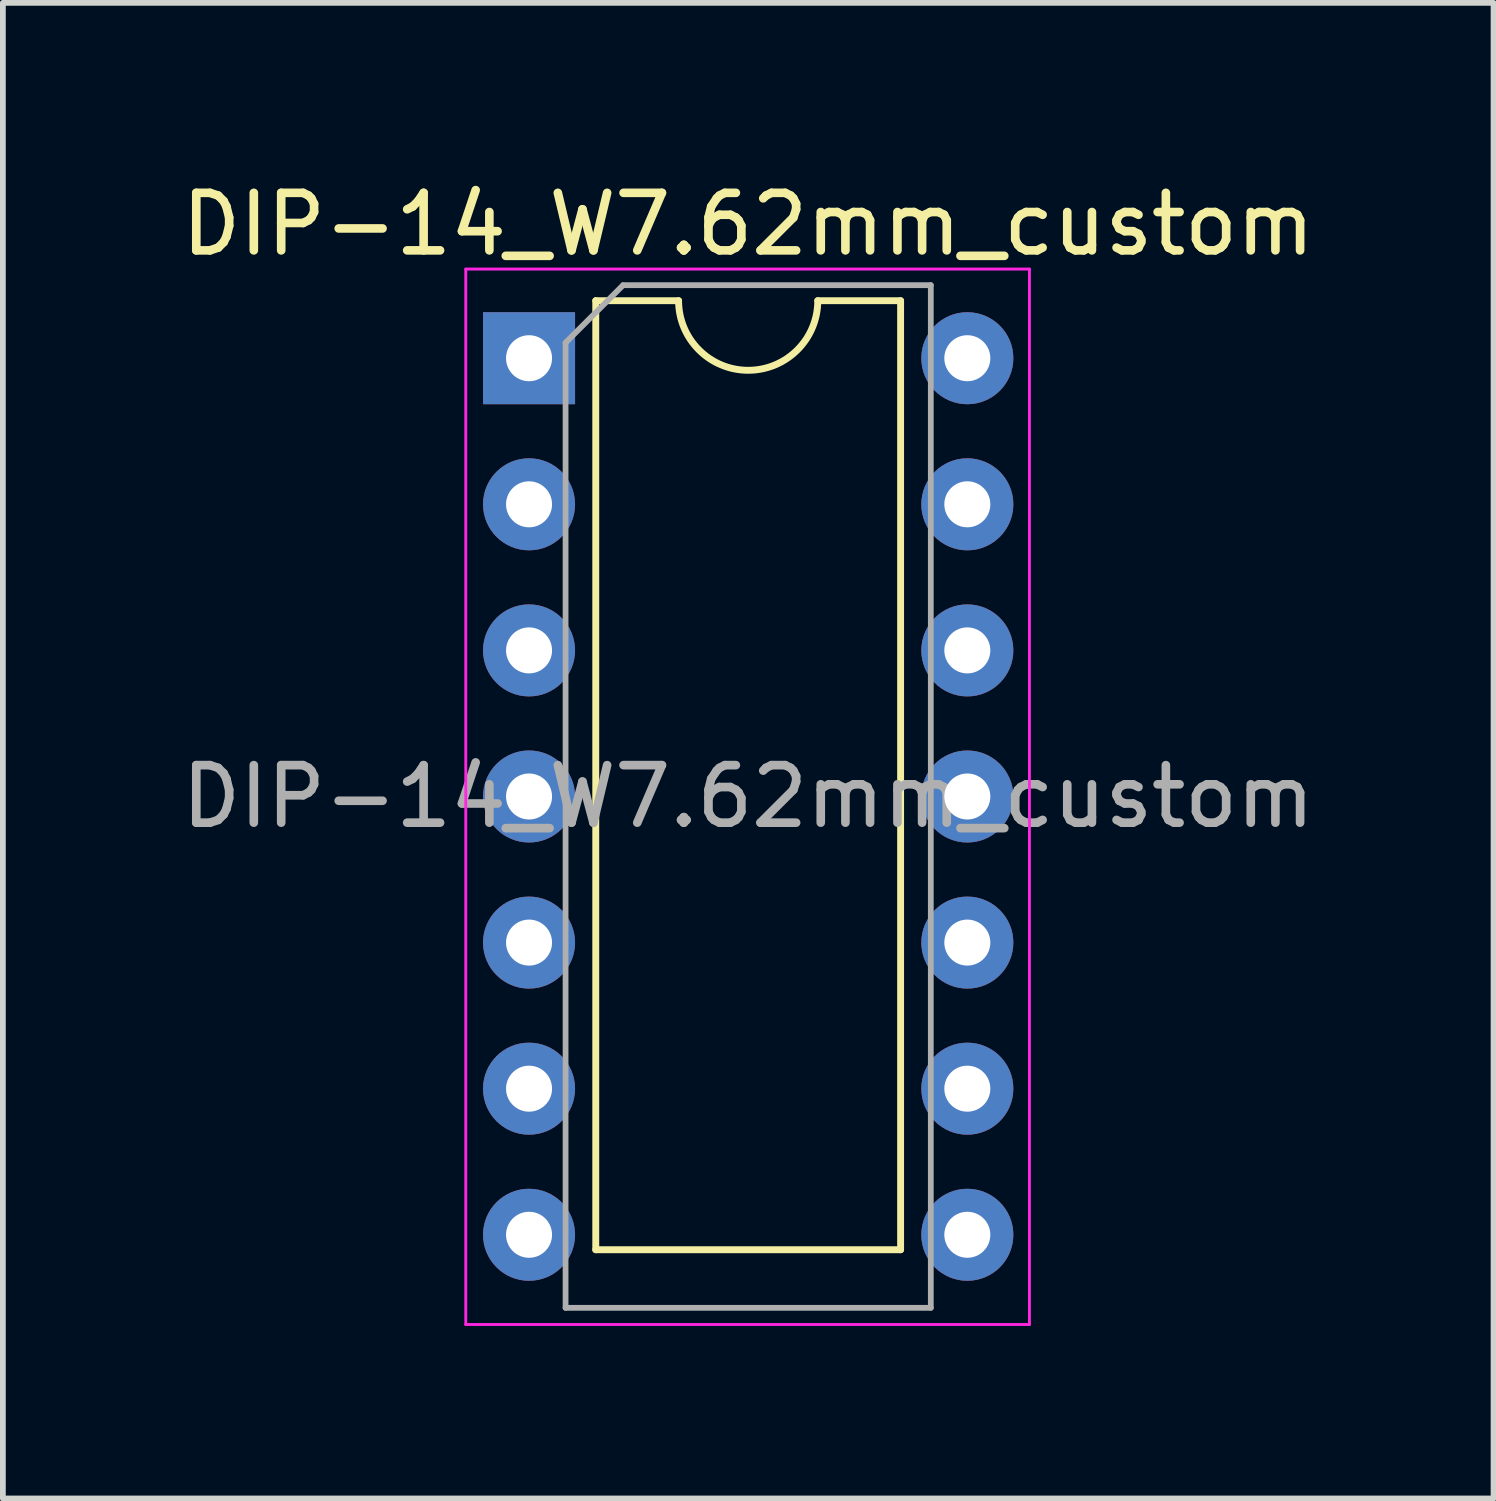
<source format=kicad_pcb>
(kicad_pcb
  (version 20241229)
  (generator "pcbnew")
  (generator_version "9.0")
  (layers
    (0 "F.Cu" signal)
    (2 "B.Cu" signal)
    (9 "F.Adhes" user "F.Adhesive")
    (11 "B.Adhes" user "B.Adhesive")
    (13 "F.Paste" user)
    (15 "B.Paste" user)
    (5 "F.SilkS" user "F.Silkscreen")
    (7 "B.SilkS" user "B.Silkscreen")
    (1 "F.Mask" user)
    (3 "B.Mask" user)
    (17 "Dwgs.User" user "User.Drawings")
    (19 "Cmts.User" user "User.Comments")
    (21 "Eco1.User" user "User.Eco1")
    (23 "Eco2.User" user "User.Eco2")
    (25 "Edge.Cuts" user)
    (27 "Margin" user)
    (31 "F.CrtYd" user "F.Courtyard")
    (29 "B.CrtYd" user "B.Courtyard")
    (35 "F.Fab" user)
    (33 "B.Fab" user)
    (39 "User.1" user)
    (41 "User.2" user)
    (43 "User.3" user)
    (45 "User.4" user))
  (footprint "DIP-14_W7.62mm_custom"
    (layer "F.Cu")
    (at 6.148 3.178)
    (property "Reference" "DIP-14_W7.62mm_custom" (at 3.81 -2.33 0) (layer "F.SilkS") (effects (font (size 1 1) (thickness 0.15))))
    (attr through_hole)
    (fp_line (start 1.16 -1) (end 1.16 15.5) (stroke (width 0.12) (type solid)) (layer "F.SilkS"))
    (fp_line (start 1.16 15.5) (end 6.46 15.5) (stroke (width 0.12) (type solid)) (layer "F.SilkS"))
    (fp_line (start 2.6 -1) (end 1.16 -1) (stroke (width 0.12) (type solid)) (layer "F.SilkS"))
    (fp_line (start 6.46 -1) (end 5.02 -1) (stroke (width 0.12) (type solid)) (layer "F.SilkS"))
    (fp_line (start 6.46 15.5) (end 6.46 -1) (stroke (width 0.12) (type solid)) (layer "F.SilkS"))
    (fp_arc (start 5.02 -1) (mid 3.81 0.21) (end 2.6 -1) (stroke (width 0.12) (type solid)) (layer "F.SilkS"))
    (fp_line (start -1.1 -1.55) (end -1.1 16.8) (stroke (width 0.05) (type solid)) (layer "F.CrtYd"))
    (fp_line (start -1.1 16.8) (end 8.7 16.8) (stroke (width 0.05) (type solid)) (layer "F.CrtYd"))
    (fp_line (start 8.7 -1.55) (end -1.1 -1.55) (stroke (width 0.05) (type solid)) (layer "F.CrtYd"))
    (fp_line (start 8.7 16.8) (end 8.7 -1.55) (stroke (width 0.05) (type solid)) (layer "F.CrtYd"))
    (fp_line (start 0.635 -0.27) (end 1.635 -1.27) (stroke (width 0.1) (type solid)) (layer "F.Fab"))
    (fp_line (start 0.635 16.51) (end 0.635 -0.27) (stroke (width 0.1) (type solid)) (layer "F.Fab"))
    (fp_line (start 1.635 -1.27) (end 6.985 -1.27) (stroke (width 0.1) (type solid)) (layer "F.Fab"))
    (fp_line (start 6.985 -1.27) (end 6.985 16.51) (stroke (width 0.1) (type solid)) (layer "F.Fab"))
    (fp_line (start 6.985 16.51) (end 0.635 16.51) (stroke (width 0.1) (type solid)) (layer "F.Fab"))
    (fp_text user "${REFERENCE}" (at 3.81 7.62 0) (layer "F.Fab") (effects (font (size 1 1) (thickness 0.15))))
    (pad "1" thru_hole rect (at 0 0) (size 1.6 1.6) (drill 0.8) (layers "*.Cu" "*.Mask"))
    (pad "2" thru_hole oval (at 0 2.54) (size 1.6 1.6) (drill 0.8) (layers "*.Cu" "*.Mask"))
    (pad "3" thru_hole oval (at 0 5.08) (size 1.6 1.6) (drill 0.8) (layers "*.Cu" "*.Mask"))
    (pad "4" thru_hole oval (at 0 7.62) (size 1.6 1.6) (drill 0.8) (layers "*.Cu" "*.Mask"))
    (pad "5" thru_hole oval (at 0 10.16) (size 1.6 1.6) (drill 0.8) (layers "*.Cu" "*.Mask"))
    (pad "6" thru_hole oval (at 0 12.7) (size 1.6 1.6) (drill 0.8) (layers "*.Cu" "*.Mask"))
    (pad "7" thru_hole oval (at 0 15.24) (size 1.6 1.6) (drill 0.8) (layers "*.Cu" "*.Mask"))
    (pad "8" thru_hole oval (at 7.62 15.24) (size 1.6 1.6) (drill 0.8) (layers "*.Cu" "*.Mask"))
    (pad "9" thru_hole oval (at 7.62 12.7) (size 1.6 1.6) (drill 0.8) (layers "*.Cu" "*.Mask"))
    (pad "10" thru_hole oval (at 7.62 10.16) (size 1.6 1.6) (drill 0.8) (layers "*.Cu" "*.Mask"))
    (pad "11" thru_hole oval (at 7.62 7.62) (size 1.6 1.6) (drill 0.8) (layers "*.Cu" "*.Mask"))
    (pad "12" thru_hole oval (at 7.62 5.08) (size 1.6 1.6) (drill 0.8) (layers "*.Cu" "*.Mask"))
    (pad "13" thru_hole oval (at 7.62 2.54) (size 1.6 1.6) (drill 0.8) (layers "*.Cu" "*.Mask"))
    (pad "14" thru_hole oval (at 7.62 0) (size 1.6 1.6) (drill 0.8) (layers "*.Cu" "*.Mask")))
  (gr_rect
    (start -3 -3)
    (end 22.917 23.003)
    (stroke (width 0.1) (type default))
    (fill no)
    (layer "Edge.Cuts")))
</source>
